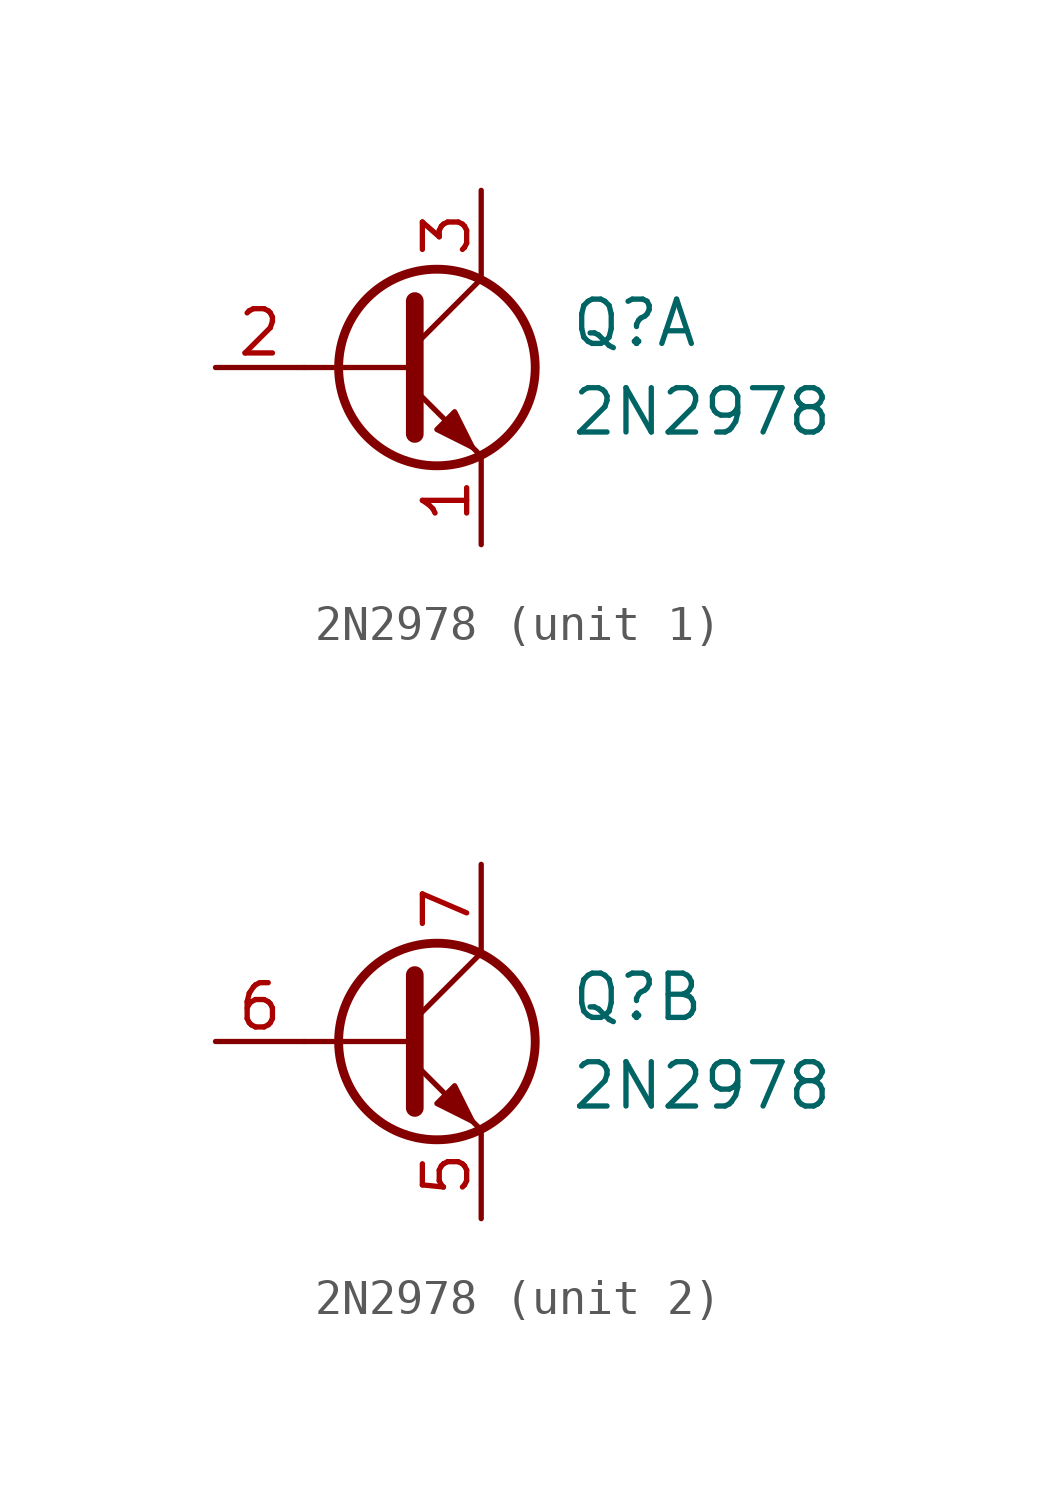
<source format=kicad_sym>
(kicad_symbol_lib
  (version 20241209)
  (generator "kicad_symbol_editor")
  (generator_version "9.0")
  (symbol "2N2978"
    (pin_names
      (offset 0)
      (hide yes))
    (property "Reference" "Q"
      (at 5.08 1.27 0)
      (effects (font (size 1.27 1.27)) (justify left)))
    (property "Value" "2N2978"
      (at 5.08 -1.27 0)
      (effects (font (size 1.27 1.27)) (justify left)))
    (property "ki_locked" ""
      (at 0 0 0)
      (effects (font (size 1.27 1.27))))
    (symbol "2N2978_0_1"
      (polyline (pts (xy 0.635 1.905) (xy 0.635 -1.905)) (stroke (width 0.508) (type default)) (fill (type none)))
      (polyline (pts (xy 0.635 0.635) (xy 2.54 2.54)) (stroke (width 0) (type default)) (fill (type none)))
      (polyline (pts (xy 0.635 0) (xy -2.54 0)) (stroke (width 0) (type default)) (fill (type none)))
      (polyline (pts (xy 0.635 -0.635) (xy 2.54 -2.54)) (stroke (width 0) (type default)) (fill (type none)))
      (circle (center 1.27 0) (radius 2.819) (stroke (width 0.254) (type default)) (fill (type none)))
      (polyline (pts (xy 1.27 -1.778) (xy 1.778 -1.27) (xy 2.286 -2.286) (xy 1.27 -1.778)) (stroke (width 0) (type default)) (fill (type outline))))
    (symbol "2N2978_1_1"
      (pin input line (at -5.08 0 0) (length 2.54) (name "B1" (effects (font (size 1.27 1.27)))) (number "2" (effects (font (size 1.27 1.27)))))
      (pin passive line (at 2.54 5.08 270) (length 2.54) (name "C1" (effects (font (size 1.27 1.27)))) (number "3" (effects (font (size 1.27 1.27)))))
      (pin passive line (at 2.54 -5.08 90) (length 2.54) (name "E1" (effects (font (size 1.27 1.27)))) (number "1" (effects (font (size 1.27 1.27))))))
    (symbol "2N2978_2_1"
      (pin input line (at -5.08 0 0) (length 2.54) (name "B2" (effects (font (size 1.27 1.27)))) (number "6" (effects (font (size 1.27 1.27)))))
      (pin passive line (at 2.54 5.08 270) (length 2.54) (name "C2" (effects (font (size 1.27 1.27)))) (number "7" (effects (font (size 1.27 1.27)))))
      (pin passive line (at 2.54 -5.08 90) (length 2.54) (name "E2" (effects (font (size 1.27 1.27)))) (number "5" (effects (font (size 1.27 1.27))))))))
</source>
